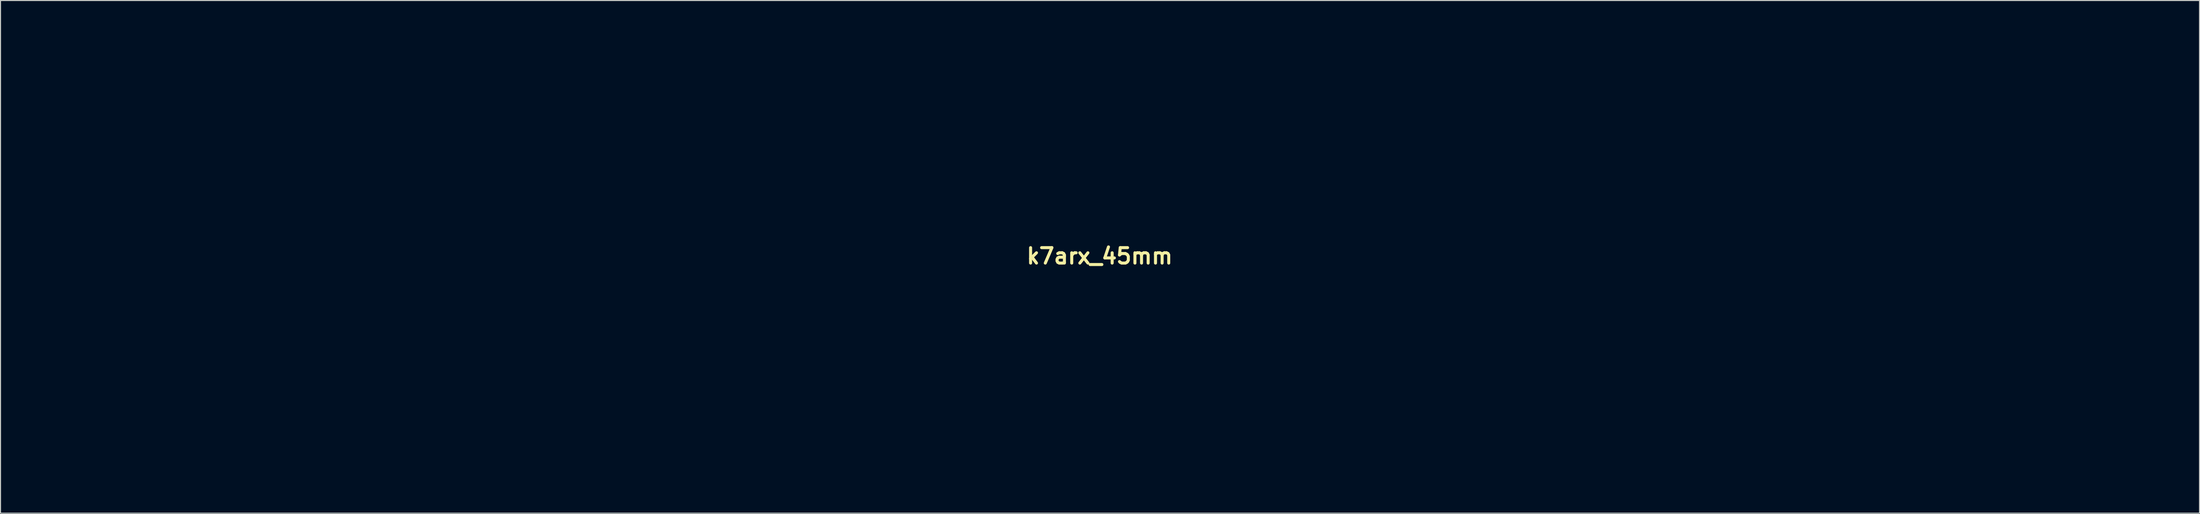
<source format=kicad_pcb>
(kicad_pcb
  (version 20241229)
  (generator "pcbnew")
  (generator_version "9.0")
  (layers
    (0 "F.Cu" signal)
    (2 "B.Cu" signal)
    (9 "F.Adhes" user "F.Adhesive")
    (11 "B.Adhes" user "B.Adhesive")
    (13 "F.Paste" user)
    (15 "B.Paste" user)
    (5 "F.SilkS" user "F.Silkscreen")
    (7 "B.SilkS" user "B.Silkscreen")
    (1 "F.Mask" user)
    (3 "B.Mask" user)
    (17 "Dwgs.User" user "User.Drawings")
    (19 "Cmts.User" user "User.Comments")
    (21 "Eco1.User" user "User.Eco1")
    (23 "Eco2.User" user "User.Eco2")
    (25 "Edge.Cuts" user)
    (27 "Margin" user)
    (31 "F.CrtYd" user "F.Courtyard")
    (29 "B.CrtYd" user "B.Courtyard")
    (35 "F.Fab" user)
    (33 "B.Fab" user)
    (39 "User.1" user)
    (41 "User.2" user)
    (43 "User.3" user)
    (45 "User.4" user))
  (footprint "k7arx_45mm"
    (layer "F.Cu")
    (at 105.565 22.277)
    (property "Reference" "k7arx_45mm" (at 0 0 0) (layer "F.SilkS") (effects (font (size 1.524 1.524) (thickness 0.3))))
    (attr through_hole)
    (fp_poly (pts (xy -57.779 -21.883) (xy -57.6 -21.872) (xy -57.352 -21.854) (xy -57.047 -21.83) (xy -56.694 -21.802) (xy -56.305 -21.77) (xy -55.89 -21.734) (xy -55.615 -21.71) (xy -54.755 -21.634) (xy -53.958 -21.568) (xy -53.213 -21.509) (xy -52.509 -21.458) (xy -51.834 -21.413) (xy -51.177 -21.376) (xy -50.526 -21.344) (xy -49.871 -21.318) (xy -49.2 -21.297) (xy -48.501 -21.281) (xy -47.764 -21.269) (xy -46.977 -21.261) (xy -46.128 -21.256) (xy -45.207 -21.253) (xy -44.675 -21.253) (xy -43.598 -21.255) (xy -42.6 -21.26) (xy -41.669 -21.269) (xy -40.795 -21.283) (xy -39.967 -21.3) (xy -39.172 -21.323) (xy -38.401 -21.351) (xy -37.642 -21.385) (xy -36.884 -21.424) (xy -36.116 -21.47) (xy -35.326 -21.523) (xy -34.595 -21.576) (xy -34.197 -21.605) (xy -33.824 -21.63) (xy -33.486 -21.651) (xy -33.194 -21.668) (xy -32.958 -21.679) (xy -32.788 -21.684) (xy -32.694 -21.683) (xy -32.681 -21.681) (xy -32.508 -21.59) (xy -32.319 -21.419) (xy -32.119 -21.177) (xy -31.916 -20.871) (xy -31.716 -20.51) (xy -31.695 -20.469) (xy -31.562 -20.183) (xy -31.427 -19.856) (xy -31.295 -19.506) (xy -31.171 -19.146) (xy -31.06 -18.795) (xy -30.968 -18.466) (xy -30.899 -18.177) (xy -30.858 -17.943) (xy -30.849 -17.821) (xy -30.862 -17.693) (xy -30.904 -17.562) (xy -30.983 -17.417) (xy -31.106 -17.246) (xy -31.28 -17.04) (xy -31.513 -16.786) (xy -31.554 -16.743) (xy -32.013 -16.255) (xy -32.424 -15.811) (xy -32.802 -15.394) (xy -33.163 -14.986) (xy -33.486 -14.614) (xy -34.774 -13.052) (xy -36.007 -11.435) (xy -37.179 -9.769) (xy -38.288 -8.062) (xy -39.33 -6.32) (xy -40.3 -4.549) (xy -41.194 -2.757) (xy -42.009 -0.951) (xy -42.741 0.864) (xy -43.203 2.139) (xy -43.702 3.662) (xy -44.137 5.16) (xy -44.512 6.651) (xy -44.831 8.153) (xy -45.098 9.683) (xy -45.316 11.26) (xy -45.471 12.7) (xy -45.491 12.962) (xy -45.508 13.293) (xy -45.523 13.681) (xy -45.535 14.113) (xy -45.544 14.579) (xy -45.551 15.066) (xy -45.555 15.562) (xy -45.556 16.055) (xy -45.555 16.533) (xy -45.55 16.985) (xy -45.542 17.397) (xy -45.531 17.759) (xy -45.518 18.058) (xy -45.501 18.282) (xy -45.495 18.329) (xy -45.438 18.736) (xy -45.366 19.17) (xy -45.281 19.609) (xy -45.191 20.029) (xy -45.098 20.408) (xy -45.009 20.72) (xy -45.006 20.728) (xy -44.91 21.067) (xy -44.846 21.374) (xy -44.823 21.572) (xy -44.815 21.754) (xy -44.822 21.876) (xy -44.85 21.968) (xy -44.903 22.059) (xy -44.907 22.065) (xy -45.019 22.193) (xy -45.154 22.302) (xy -45.171 22.313) (xy -45.198 22.328) (xy -45.228 22.341) (xy -45.268 22.353) (xy -45.321 22.363) (xy -45.393 22.372) (xy -45.491 22.38) (xy -45.619 22.386) (xy -45.782 22.392) (xy -45.987 22.396) (xy -46.238 22.4) (xy -46.541 22.403) (xy -46.902 22.405) (xy -47.325 22.407) (xy -47.816 22.408) (xy -48.382 22.41) (xy -49.026 22.411) (xy -49.754 22.412) (xy -49.787 22.412) (xy -50.416 22.413) (xy -51.021 22.413) (xy -51.596 22.412) (xy -52.135 22.411) (xy -52.632 22.409) (xy -53.08 22.407) (xy -53.472 22.404) (xy -53.803 22.4) (xy -54.066 22.396) (xy -54.255 22.392) (xy -54.364 22.388) (xy -54.386 22.385) (xy -54.603 22.293) (xy -54.806 22.136) (xy -54.972 21.938) (xy -55.074 21.725) (xy -55.076 21.717) (xy -55.101 21.564) (xy -55.116 21.324) (xy -55.121 20.996) (xy -55.116 20.583) (xy -55.1 20.085) (xy -55.078 19.568) (xy -54.944 17.682) (xy -54.725 15.772) (xy -54.42 13.839) (xy -54.03 11.884) (xy -53.554 9.908) (xy -52.995 7.913) (xy -52.351 5.9) (xy -51.624 3.87) (xy -50.813 1.824) (xy -49.92 -0.237) (xy -48.943 -2.31) (xy -47.885 -4.396) (xy -47.492 -5.134) (xy -46.89 -6.229) (xy -46.253 -7.341) (xy -45.59 -8.456) (xy -44.911 -9.56) (xy -44.223 -10.64) (xy -43.537 -11.68) (xy -42.86 -12.668) (xy -42.202 -13.589) (xy -42.022 -13.833) (xy -41.923 -13.973) (xy -41.854 -14.085) (xy -41.825 -14.151) (xy -41.826 -14.159) (xy -41.875 -14.164) (xy -42.008 -14.169) (xy -42.218 -14.172) (xy -42.5 -14.176) (xy -42.846 -14.179) (xy -43.25 -14.181) (xy -43.707 -14.183) (xy -44.21 -14.184) (xy -44.752 -14.186) (xy -45.327 -14.186) (xy -45.929 -14.186) (xy -46.552 -14.186) (xy -47.189 -14.186) (xy -47.834 -14.185) (xy -48.481 -14.184) (xy -49.123 -14.182) (xy -49.754 -14.18) (xy -50.367 -14.178) (xy -50.957 -14.175) (xy -51.517 -14.172) (xy -52.041 -14.169) (xy -52.522 -14.165) (xy -52.955 -14.162) (xy -53.331 -14.158) (xy -53.647 -14.153) (xy -53.894 -14.148) (xy -54.068 -14.144) (xy -54.133 -14.141) (xy -55.188 -14.048) (xy -56.182 -13.899) (xy -57.125 -13.692) (xy -58.026 -13.425) (xy -58.422 -13.285) (xy -58.622 -13.206) (xy -58.881 -13.096) (xy -59.177 -12.967) (xy -59.488 -12.827) (xy -59.792 -12.685) (xy -59.83 -12.667) (xy -60.214 -12.486) (xy -60.529 -12.341) (xy -60.784 -12.229) (xy -60.99 -12.146) (xy -61.157 -12.087) (xy -61.294 -12.051) (xy -61.414 -12.031) (xy -61.525 -12.025) (xy -61.536 -12.024) (xy -61.868 -12.056) (xy -62.156 -12.147) (xy -62.39 -12.29) (xy -62.562 -12.479) (xy -62.664 -12.708) (xy -62.689 -12.909) (xy -62.667 -13.159) (xy -62.605 -13.479) (xy -62.506 -13.861) (xy -62.374 -14.295) (xy -62.213 -14.773) (xy -62.025 -15.286) (xy -61.816 -15.827) (xy -61.587 -16.385) (xy -61.344 -16.952) (xy -61.09 -17.52) (xy -60.827 -18.081) (xy -60.561 -18.624) (xy -60.294 -19.143) (xy -60.031 -19.627) (xy -59.774 -20.07) (xy -59.528 -20.461) (xy -59.492 -20.515) (xy -59.219 -20.906) (xy -58.977 -21.222) (xy -58.756 -21.468) (xy -58.551 -21.651) (xy -58.353 -21.777) (xy -58.155 -21.853) (xy -57.95 -21.885) (xy -57.88 -21.887) (xy -57.779 -21.883)) (stroke (width 0.01) (type solid)) (fill yes) (layer "F.Mask"))
    (fp_poly (pts (xy -100.524 -21.549) (xy -99.982 -21.549) (xy -99.516 -21.548) (xy -99.121 -21.546) (xy -98.79 -21.544) (xy -98.516 -21.54) (xy -98.293 -21.536) (xy -98.114 -21.53) (xy -97.972 -21.522) (xy -97.861 -21.514) (xy -97.775 -21.503) (xy -97.706 -21.491) (xy -97.649 -21.476) (xy -97.629 -21.47) (xy -97.326 -21.341) (xy -97.084 -21.154) (xy -96.888 -20.898) (xy -96.826 -20.786) (xy -96.669 -20.477) (xy -96.674 -19.865) (xy -96.681 -19.59) (xy -96.697 -19.262) (xy -96.718 -18.918) (xy -96.744 -18.592) (xy -96.752 -18.51) (xy -96.8 -17.983) (xy -96.846 -17.414) (xy -96.89 -16.796) (xy -96.933 -16.123) (xy -96.975 -15.388) (xy -97.016 -14.586) (xy -97.057 -13.709) (xy -97.098 -12.752) (xy -97.12 -12.227) (xy -97.132 -11.889) (xy -97.145 -11.493) (xy -97.157 -11.048) (xy -97.17 -10.562) (xy -97.182 -10.042) (xy -97.194 -9.498) (xy -97.206 -8.936) (xy -97.217 -8.366) (xy -97.227 -7.794) (xy -97.236 -7.23) (xy -97.244 -6.681) (xy -97.252 -6.154) (xy -97.258 -5.659) (xy -97.262 -5.204) (xy -97.265 -4.795) (xy -97.267 -4.442) (xy -97.266 -4.152) (xy -97.264 -3.934) (xy -97.26 -3.795) (xy -97.258 -3.768) (xy -97.208 -3.474) (xy -97.119 -3.261) (xy -96.991 -3.13) (xy -96.826 -3.079) (xy -96.623 -3.11) (xy -96.383 -3.223) (xy -96.107 -3.417) (xy -96.106 -3.418) (xy -95.968 -3.532) (xy -95.774 -3.697) (xy -95.533 -3.905) (xy -95.256 -4.147) (xy -94.953 -4.414) (xy -94.634 -4.696) (xy -94.308 -4.985) (xy -93.987 -5.272) (xy -93.68 -5.548) (xy -93.398 -5.804) (xy -93.247 -5.942) (xy -92.541 -6.594) (xy -91.852 -7.238) (xy -91.176 -7.879) (xy -90.506 -8.522) (xy -89.84 -9.172) (xy -89.171 -9.835) (xy -88.494 -10.516) (xy -87.804 -11.219) (xy -87.097 -11.95) (xy -86.368 -12.714) (xy -85.611 -13.516) (xy -84.822 -14.361) (xy -83.996 -15.255) (xy -83.127 -16.201) (xy -82.21 -17.207) (xy -81.242 -18.275) (xy -81.152 -18.374) (xy -80.696 -18.878) (xy -80.295 -19.319) (xy -79.942 -19.702) (xy -79.634 -20.031) (xy -79.364 -20.311) (xy -79.127 -20.546) (xy -78.918 -20.741) (xy -78.731 -20.901) (xy -78.562 -21.031) (xy -78.405 -21.134) (xy -78.254 -21.215) (xy -78.105 -21.28) (xy -77.952 -21.332) (xy -77.79 -21.376) (xy -77.634 -21.412) (xy -77.57 -21.424) (xy -77.496 -21.435) (xy -77.404 -21.444) (xy -77.289 -21.452) (xy -77.146 -21.459) (xy -76.968 -21.465) (xy -76.751 -21.469) (xy -76.488 -21.472) (xy -76.173 -21.475) (xy -75.802 -21.476) (xy -75.369 -21.477) (xy -74.866 -21.476) (xy -74.29 -21.475) (xy -73.635 -21.474) (xy -73.025 -21.472) (xy -72.306 -21.47) (xy -71.672 -21.468) (xy -71.117 -21.465) (xy -70.636 -21.463) (xy -70.222 -21.46) (xy -69.872 -21.457) (xy -69.578 -21.453) (xy -69.336 -21.449) (xy -69.139 -21.444) (xy -68.984 -21.438) (xy -68.863 -21.43) (xy -68.772 -21.422) (xy -68.705 -21.413) (xy -68.657 -21.402) (xy -68.621 -21.39) (xy -68.598 -21.378) (xy -68.426 -21.236) (xy -68.316 -21.042) (xy -68.274 -20.814) (xy -68.305 -20.567) (xy -68.343 -20.456) (xy -68.393 -20.346) (xy -68.456 -20.235) (xy -68.538 -20.116) (xy -68.645 -19.982) (xy -68.783 -19.827) (xy -68.958 -19.645) (xy -69.176 -19.429) (xy -69.443 -19.173) (xy -69.766 -18.869) (xy -70.143 -18.518) (xy -71.334 -17.411) (xy -72.464 -16.359) (xy -73.537 -15.356) (xy -74.559 -14.397) (xy -75.536 -13.477) (xy -76.472 -12.591) (xy -77.374 -11.733) (xy -78.247 -10.899) (xy -79.096 -10.082) (xy -79.927 -9.278) (xy -80.746 -8.482) (xy -81.557 -7.688) (xy -82.366 -6.891) (xy -83.179 -6.085) (xy -84.001 -5.267) (xy -84.176 -5.092) (xy -84.596 -4.671) (xy -85.001 -4.264) (xy -85.386 -3.876) (xy -85.746 -3.511) (xy -86.076 -3.176) (xy -86.371 -2.874) (xy -86.626 -2.612) (xy -86.836 -2.394) (xy -86.995 -2.226) (xy -87.1 -2.112) (xy -87.139 -2.065) (xy -87.288 -1.845) (xy -87.369 -1.665) (xy -87.382 -1.502) (xy -87.325 -1.338) (xy -87.199 -1.152) (xy -87.107 -1.042) (xy -87.029 -0.95) (xy -86.901 -0.799) (xy -86.731 -0.599) (xy -86.527 -0.359) (xy -86.298 -0.09) (xy -86.052 0.2) (xy -85.824 0.469) (xy -85.099 1.323) (xy -84.39 2.156) (xy -83.699 2.965) (xy -83.032 3.745) (xy -82.39 4.493) (xy -81.779 5.202) (xy -81.202 5.87) (xy -80.663 6.491) (xy -80.166 7.062) (xy -79.714 7.577) (xy -79.311 8.033) (xy -78.962 8.424) (xy -78.903 8.489) (xy -77.635 9.879) (xy -76.403 11.191) (xy -75.203 12.431) (xy -74.029 13.603) (xy -72.879 14.709) (xy -71.747 15.756) (xy -70.63 16.746) (xy -69.523 17.683) (xy -68.612 18.423) (xy -68.47 18.535) (xy -68.277 18.689) (xy -68.051 18.868) (xy -67.813 19.058) (xy -67.641 19.195) (xy -67.273 19.498) (xy -66.943 19.793) (xy -66.658 20.071) (xy -66.429 20.322) (xy -66.264 20.537) (xy -66.225 20.599) (xy -66.091 20.894) (xy -66.019 21.205) (xy -66.015 21.502) (xy -66.021 21.546) (xy -66.091 21.824) (xy -66.207 22.038) (xy -66.382 22.209) (xy -66.562 22.321) (xy -66.59 22.334) (xy -66.624 22.346) (xy -66.67 22.356) (xy -66.732 22.365) (xy -66.817 22.373) (xy -66.928 22.38) (xy -67.071 22.387) (xy -67.251 22.392) (xy -67.474 22.396) (xy -67.743 22.4) (xy -68.065 22.403) (xy -68.445 22.406) (xy -68.887 22.409) (xy -69.396 22.411) (xy -69.979 22.413) (xy -70.639 22.415) (xy -71.381 22.417) (xy -71.719 22.418) (xy -72.631 22.42) (xy -73.454 22.42) (xy -74.19 22.42) (xy -74.838 22.419) (xy -75.401 22.416) (xy -75.88 22.413) (xy -76.276 22.408) (xy -76.589 22.403) (xy -76.822 22.396) (xy -76.974 22.388) (xy -77.033 22.382) (xy -77.259 22.33) (xy -77.507 22.248) (xy -77.666 22.18) (xy -77.876 22.059) (xy -78.095 21.889) (xy -78.331 21.664) (xy -78.591 21.378) (xy -78.881 21.022) (xy -79.082 20.759) (xy -79.68 19.972) (xy -80.292 19.178) (xy -80.923 18.373) (xy -81.575 17.553) (xy -82.253 16.713) (xy -82.96 15.85) (xy -83.699 14.959) (xy -84.474 14.037) (xy -85.287 13.078) (xy -86.144 12.08) (xy -87.047 11.037) (xy -87.999 9.946) (xy -89.005 8.803) (xy -90.067 7.603) (xy -91.022 6.53) (xy -91.449 6.052) (xy -91.821 5.637) (xy -92.143 5.279) (xy -92.42 4.974) (xy -92.656 4.718) (xy -92.856 4.505) (xy -93.025 4.33) (xy -93.167 4.188) (xy -93.287 4.075) (xy -93.389 3.985) (xy -93.479 3.914) (xy -93.56 3.856) (xy -93.56 3.856) (xy -93.664 3.793) (xy -93.757 3.753) (xy -93.85 3.743) (xy -93.954 3.765) (xy -94.078 3.826) (xy -94.234 3.928) (xy -94.432 4.078) (xy -94.682 4.279) (xy -94.846 4.413) (xy -95.318 4.806) (xy -95.723 5.153) (xy -96.066 5.46) (xy -96.353 5.736) (xy -96.588 5.987) (xy -96.777 6.219) (xy -96.925 6.44) (xy -97.039 6.657) (xy -97.123 6.877) (xy -97.183 7.106) (xy -97.224 7.352) (xy -97.239 7.476) (xy -97.249 7.648) (xy -97.254 7.902) (xy -97.254 8.234) (xy -97.25 8.634) (xy -97.24 9.098) (xy -97.227 9.618) (xy -97.209 10.187) (xy -97.187 10.799) (xy -97.162 11.446) (xy -97.134 12.123) (xy -97.103 12.822) (xy -97.069 13.537) (xy -97.033 14.26) (xy -96.994 14.985) (xy -96.954 15.706) (xy -96.912 16.415) (xy -96.868 17.106) (xy -96.849 17.406) (xy -96.804 18.086) (xy -96.765 18.682) (xy -96.732 19.201) (xy -96.707 19.649) (xy -96.687 20.032) (xy -96.674 20.358) (xy -96.668 20.631) (xy -96.668 20.859) (xy -96.675 21.048) (xy -96.689 21.205) (xy -96.709 21.334) (xy -96.737 21.444) (xy -96.771 21.54) (xy -96.812 21.628) (xy -96.86 21.716) (xy -96.885 21.757) (xy -97.065 21.98) (xy -97.313 22.173) (xy -97.61 22.322) (xy -97.681 22.348) (xy -97.753 22.357) (xy -97.906 22.366) (xy -98.131 22.374) (xy -98.419 22.381) (xy -98.761 22.388) (xy -99.149 22.394) (xy -99.574 22.4) (xy -100.026 22.405) (xy -100.496 22.408) (xy -100.977 22.411) (xy -101.458 22.413) (xy -101.93 22.414) (xy -102.386 22.414) (xy -102.816 22.413) (xy -103.211 22.411) (xy -103.561 22.407) (xy -103.859 22.403) (xy -104.096 22.397) (xy -104.261 22.39) (xy -104.337 22.383) (xy -104.688 22.288) (xy -104.993 22.121) (xy -105.244 21.888) (xy -105.431 21.595) (xy -105.478 21.485) (xy -105.51 21.395) (xy -105.534 21.309) (xy -105.549 21.211) (xy -105.558 21.088) (xy -105.56 20.923) (xy -105.557 20.703) (xy -105.55 20.412) (xy -105.547 20.311) (xy -105.535 19.963) (xy -105.518 19.559) (xy -105.497 19.133) (xy -105.474 18.719) (xy -105.453 18.374) (xy -105.407 17.644) (xy -105.361 16.834) (xy -105.315 15.953) (xy -105.27 15.011) (xy -105.226 14.018) (xy -105.184 12.984) (xy -105.143 11.918) (xy -105.105 10.83) (xy -105.068 9.73) (xy -105.035 8.628) (xy -105.005 7.534) (xy -104.978 6.456) (xy -104.955 5.406) (xy -104.937 4.392) (xy -104.929 3.941) (xy -104.905 1.22) (xy -104.909 -1.568) (xy -104.942 -4.405) (xy -105.003 -7.272) (xy -105.092 -10.151) (xy -105.208 -13.025) (xy -105.351 -15.875) (xy -105.455 -17.654) (xy -105.48 -18.079) (xy -105.503 -18.497) (xy -105.522 -18.893) (xy -105.537 -19.255) (xy -105.548 -19.571) (xy -105.554 -19.826) (xy -105.555 -20.007) (xy -105.554 -20.041) (xy -105.544 -20.278) (xy -105.529 -20.448) (xy -105.504 -20.577) (xy -105.466 -20.687) (xy -105.418 -20.787) (xy -105.221 -21.071) (xy -104.956 -21.298) (xy -104.68 -21.443) (xy -104.415 -21.549) (xy -101.15 -21.549) (xy -100.524 -21.549)) (stroke (width 0.01) (type solid)) (fill yes) (layer "F.Mask"))
    (fp_poly (pts (xy 33.84 -21.573) (xy 34.642 -21.573) (xy 35.431 -21.572) (xy 36.201 -21.57) (xy 36.948 -21.569) (xy 37.666 -21.567) (xy 38.35 -21.564) (xy 38.995 -21.561) (xy 39.596 -21.558) (xy 40.148 -21.555) (xy 40.645 -21.551) (xy 41.082 -21.546) (xy 41.455 -21.542) (xy 41.757 -21.537) (xy 41.984 -21.531) (xy 42.113 -21.527) (xy 42.921 -21.481) (xy 43.657 -21.427) (xy 44.338 -21.362) (xy 44.982 -21.284) (xy 45.607 -21.192) (xy 46.23 -21.084) (xy 46.409 -21.05) (xy 47.561 -20.793) (xy 48.642 -20.482) (xy 49.651 -20.119) (xy 50.588 -19.702) (xy 51.453 -19.232) (xy 52.245 -18.71) (xy 52.965 -18.135) (xy 53.612 -17.507) (xy 54.186 -16.826) (xy 54.687 -16.093) (xy 55.115 -15.308) (xy 55.25 -15.016) (xy 55.513 -14.346) (xy 55.739 -13.625) (xy 55.918 -12.887) (xy 55.998 -12.452) (xy 56.058 -12.066) (xy 56.104 -11.735) (xy 56.136 -11.435) (xy 56.158 -11.141) (xy 56.172 -10.829) (xy 56.178 -10.473) (xy 56.179 -10.11) (xy 56.161 -9.323) (xy 56.106 -8.599) (xy 56.011 -7.916) (xy 55.873 -7.255) (xy 55.689 -6.594) (xy 55.655 -6.485) (xy 55.321 -5.578) (xy 54.912 -4.696) (xy 54.423 -3.837) (xy 53.854 -2.995) (xy 53.2 -2.167) (xy 52.46 -1.349) (xy 52.196 -1.081) (xy 51.7 -0.598) (xy 51.187 -0.128) (xy 50.65 0.337) (xy 50.08 0.803) (xy 49.467 1.277) (xy 48.804 1.766) (xy 48.081 2.277) (xy 47.29 2.816) (xy 46.889 3.083) (xy 46.602 3.276) (xy 46.337 3.456) (xy 46.104 3.618) (xy 45.913 3.754) (xy 45.775 3.857) (xy 45.698 3.921) (xy 45.689 3.931) (xy 45.628 4.091) (xy 45.631 4.288) (xy 45.694 4.501) (xy 45.745 4.599) (xy 45.776 4.649) (xy 45.821 4.717) (xy 45.883 4.806) (xy 45.965 4.922) (xy 46.07 5.068) (xy 46.201 5.247) (xy 46.36 5.464) (xy 46.55 5.723) (xy 46.776 6.027) (xy 47.038 6.381) (xy 47.34 6.789) (xy 47.686 7.254) (xy 48.078 7.78) (xy 48.518 8.371) (xy 48.888 8.867) (xy 49.388 9.536) (xy 49.844 10.142) (xy 50.263 10.693) (xy 50.654 11.199) (xy 51.023 11.67) (xy 51.378 12.116) (xy 51.726 12.546) (xy 52.076 12.97) (xy 52.435 13.397) (xy 52.811 13.837) (xy 52.93 13.975) (xy 53.408 14.521) (xy 53.924 15.096) (xy 54.468 15.689) (xy 55.03 16.289) (xy 55.599 16.887) (xy 56.165 17.471) (xy 56.719 18.031) (xy 57.249 18.556) (xy 57.747 19.037) (xy 58.202 19.462) (xy 58.358 19.604) (xy 58.701 19.929) (xy 58.992 20.237) (xy 59.223 20.521) (xy 59.39 20.774) (xy 59.486 20.988) (xy 59.49 21.002) (xy 59.524 21.205) (xy 59.529 21.431) (xy 59.526 21.475) (xy 59.462 21.786) (xy 59.332 22.035) (xy 59.137 22.223) (xy 58.876 22.348) (xy 58.747 22.382) (xy 58.666 22.391) (xy 58.508 22.399) (xy 58.273 22.405) (xy 57.96 22.411) (xy 57.566 22.415) (xy 57.09 22.418) (xy 56.531 22.42) (xy 55.887 22.421) (xy 55.157 22.42) (xy 54.339 22.419) (xy 53.861 22.418) (xy 49.201 22.404) (xy 48.935 22.303) (xy 48.622 22.167) (xy 48.363 22.011) (xy 48.122 21.811) (xy 48.063 21.753) (xy 47.96 21.65) (xy 47.861 21.546) (xy 47.762 21.435) (xy 47.658 21.311) (xy 47.544 21.167) (xy 47.416 20.996) (xy 47.27 20.794) (xy 47.1 20.552) (xy 46.901 20.265) (xy 46.67 19.926) (xy 46.402 19.529) (xy 46.091 19.068) (xy 45.867 18.735) (xy 45.152 17.675) (xy 44.473 16.68) (xy 43.82 15.736) (xy 43.184 14.83) (xy 42.554 13.949) (xy 41.922 13.079) (xy 41.278 12.207) (xy 40.611 11.32) (xy 39.914 10.405) (xy 39.175 9.448) (xy 39.016 9.243) (xy 38.685 8.823) (xy 38.398 8.474) (xy 38.148 8.19) (xy 37.932 7.966) (xy 37.743 7.797) (xy 37.576 7.678) (xy 37.425 7.604) (xy 37.285 7.57) (xy 37.219 7.566) (xy 37.102 7.58) (xy 36.911 7.619) (xy 36.656 7.68) (xy 36.347 7.761) (xy 35.995 7.859) (xy 35.612 7.969) (xy 35.208 8.089) (xy 34.793 8.217) (xy 34.378 8.349) (xy 33.975 8.481) (xy 33.738 8.561) (xy 33.536 8.63) (xy 33.364 8.685) (xy 33.242 8.723) (xy 33.186 8.737) (xy 33.179 8.693) (xy 33.173 8.565) (xy 33.167 8.358) (xy 33.162 8.079) (xy 33.157 7.733) (xy 33.154 7.326) (xy 33.15 6.864) (xy 33.148 6.353) (xy 33.147 5.799) (xy 33.146 5.208) (xy 33.146 1.679) (xy 33.945 1.42) (xy 35.198 0.994) (xy 36.427 0.534) (xy 37.621 0.047) (xy 38.766 -0.464) (xy 39.849 -0.991) (xy 40.857 -1.529) (xy 41.005 -1.612) (xy 42.056 -2.243) (xy 43.024 -2.891) (xy 43.908 -3.556) (xy 44.709 -4.235) (xy 45.424 -4.929) (xy 46.052 -5.637) (xy 46.594 -6.358) (xy 47.048 -7.091) (xy 47.354 -7.701) (xy 47.615 -8.365) (xy 47.799 -9.025) (xy 47.907 -9.675) (xy 47.94 -10.31) (xy 47.899 -10.923) (xy 47.784 -11.508) (xy 47.595 -12.059) (xy 47.333 -12.569) (xy 46.999 -13.034) (xy 46.872 -13.177) (xy 46.443 -13.572) (xy 45.942 -13.921) (xy 45.376 -14.22) (xy 44.754 -14.465) (xy 44.082 -14.652) (xy 43.957 -14.679) (xy 43.794 -14.712) (xy 43.639 -14.742) (xy 43.486 -14.768) (xy 43.33 -14.792) (xy 43.164 -14.812) (xy 42.984 -14.83) (xy 42.784 -14.846) (xy 42.558 -14.859) (xy 42.301 -14.87) (xy 42.007 -14.88) (xy 41.671 -14.887) (xy 41.288 -14.893) (xy 40.852 -14.898) (xy 40.357 -14.901) (xy 39.798 -14.903) (xy 39.169 -14.905) (xy 38.466 -14.906) (xy 37.681 -14.906) (xy 37.061 -14.906) (xy 36.241 -14.906) (xy 35.505 -14.907) (xy 34.85 -14.906) (xy 34.27 -14.906) (xy 33.761 -14.904) (xy 33.317 -14.901) (xy 32.933 -14.897) (xy 32.606 -14.892) (xy 32.329 -14.884) (xy 32.098 -14.875) (xy 31.907 -14.863) (xy 31.753 -14.848) (xy 31.63 -14.831) (xy 31.533 -14.81) (xy 31.457 -14.786) (xy 31.397 -14.759) (xy 31.349 -14.727) (xy 31.307 -14.691) (xy 31.267 -14.651) (xy 31.224 -14.606) (xy 31.215 -14.597) (xy 31.187 -14.571) (xy 31.16 -14.55) (xy 31.135 -14.532) (xy 31.112 -14.513) (xy 31.09 -14.49) (xy 31.07 -14.46) (xy 31.052 -14.421) (xy 31.035 -14.369) (xy 31.02 -14.301) (xy 31.006 -14.214) (xy 30.993 -14.105) (xy 30.982 -13.972) (xy 30.971 -13.81) (xy 30.962 -13.618) (xy 30.954 -13.392) (xy 30.947 -13.129) (xy 30.941 -12.827) (xy 30.936 -12.481) (xy 30.931 -12.089) (xy 30.927 -11.649) (xy 30.924 -11.157) (xy 30.922 -10.609) (xy 30.92 -10.004) (xy 30.919 -9.338) (xy 30.918 -8.607) (xy 30.917 -7.81) (xy 30.917 -6.943) (xy 30.916 -6.003) (xy 30.916 -4.987) (xy 30.917 -3.891) (xy 30.917 -2.714) (xy 30.917 -1.452) (xy 30.917 -0.563) (xy 30.917 0.789) (xy 30.917 2.054) (xy 30.917 3.237) (xy 30.917 4.341) (xy 30.918 5.371) (xy 30.919 6.33) (xy 30.92 7.222) (xy 30.921 8.052) (xy 30.923 8.822) (xy 30.925 9.537) (xy 30.928 10.2) (xy 30.932 10.816) (xy 30.936 11.388) (xy 30.941 11.921) (xy 30.947 12.417) (xy 30.954 12.882) (xy 30.962 13.318) (xy 30.97 13.73) (xy 30.98 14.122) (xy 30.991 14.497) (xy 31.003 14.859) (xy 31.016 15.212) (xy 31.03 15.561) (xy 31.046 15.908) (xy 31.063 16.258) (xy 31.082 16.615) (xy 31.102 16.982) (xy 31.123 17.364) (xy 31.147 17.763) (xy 31.172 18.185) (xy 31.198 18.633) (xy 31.214 18.892) (xy 31.244 19.42) (xy 31.267 19.866) (xy 31.283 20.24) (xy 31.29 20.551) (xy 31.289 20.808) (xy 31.28 21.018) (xy 31.262 21.192) (xy 31.236 21.338) (xy 31.2 21.465) (xy 31.155 21.582) (xy 31.144 21.609) (xy 30.983 21.882) (xy 30.77 22.095) (xy 30.491 22.262) (xy 30.409 22.298) (xy 30.151 22.405) (xy 26.706 22.412) (xy 26.151 22.412) (xy 25.618 22.412) (xy 25.114 22.411) (xy 24.647 22.409) (xy 24.224 22.407) (xy 23.853 22.403) (xy 23.542 22.399) (xy 23.298 22.395) (xy 23.127 22.39) (xy 23.039 22.385) (xy 23.036 22.384) (xy 22.685 22.293) (xy 22.381 22.137) (xy 22.135 21.924) (xy 21.954 21.661) (xy 21.871 21.448) (xy 21.845 21.339) (xy 21.825 21.217) (xy 21.811 21.074) (xy 21.803 20.9) (xy 21.802 20.688) (xy 21.807 20.427) (xy 21.818 20.11) (xy 21.836 19.728) (xy 21.861 19.272) (xy 21.886 18.833) (xy 21.971 17.361) (xy 22.047 15.968) (xy 22.116 14.642) (xy 22.176 13.371) (xy 22.229 12.143) (xy 22.275 10.948) (xy 22.314 9.773) (xy 22.346 8.607) (xy 22.372 7.439) (xy 22.392 6.257) (xy 22.407 5.049) (xy 22.416 3.804) (xy 22.42 2.511) (xy 22.42 1.158) (xy 22.415 -0.267) (xy 22.413 -0.653) (xy 22.407 -1.712) (xy 22.4 -2.69) (xy 22.392 -3.6) (xy 22.382 -4.45) (xy 22.371 -5.251) (xy 22.357 -6.013) (xy 22.341 -6.747) (xy 22.323 -7.463) (xy 22.302 -8.171) (xy 22.278 -8.881) (xy 22.25 -9.605) (xy 22.219 -10.351) (xy 22.184 -11.13) (xy 22.144 -11.953) (xy 22.1 -12.83) (xy 22.067 -13.466) (xy 22.024 -14.296) (xy 21.986 -15.042) (xy 21.952 -15.709) (xy 21.922 -16.303) (xy 21.896 -16.83) (xy 21.874 -17.294) (xy 21.855 -17.702) (xy 21.84 -18.059) (xy 21.827 -18.37) (xy 21.818 -18.642) (xy 21.811 -18.88) (xy 21.806 -19.089) (xy 21.804 -19.275) (xy 21.803 -19.444) (xy 21.804 -19.601) (xy 21.806 -19.752) (xy 21.807 -19.763) (xy 21.814 -20.06) (xy 21.823 -20.284) (xy 21.836 -20.449) (xy 21.855 -20.572) (xy 21.88 -20.668) (xy 21.914 -20.754) (xy 21.917 -20.761) (xy 22.096 -21.044) (xy 22.342 -21.268) (xy 22.656 -21.432) (xy 22.959 -21.521) (xy 23.031 -21.527) (xy 23.188 -21.532) (xy 23.424 -21.538) (xy 23.736 -21.542) (xy 24.116 -21.547) (xy 24.561 -21.551) (xy 25.065 -21.555) (xy 25.623 -21.558) (xy 26.229 -21.561) (xy 26.879 -21.564) (xy 27.568 -21.566) (xy 28.29 -21.568) (xy 29.04 -21.57) (xy 29.813 -21.572) (xy 30.603 -21.573) (xy 31.407 -21.573) (xy 32.217 -21.574) (xy 33.03 -21.574) (xy 33.84 -21.573)) (stroke (width 0.01) (type solid)) (fill yes) (layer "F.Mask"))
    (fp_poly (pts (xy 72.872 -21.549) (xy 73.395 -21.548) (xy 73.848 -21.546) (xy 74.239 -21.542) (xy 74.573 -21.536) (xy 74.854 -21.528) (xy 75.088 -21.516) (xy 75.281 -21.502) (xy 75.438 -21.483) (xy 75.565 -21.461) (xy 75.666 -21.434) (xy 75.748 -21.402) (xy 75.816 -21.364) (xy 75.875 -21.321) (xy 75.93 -21.272) (xy 75.988 -21.216) (xy 76.052 -21.153) (xy 76.053 -21.152) (xy 76.13 -21.078) (xy 76.203 -21.001) (xy 76.276 -20.915) (xy 76.356 -20.811) (xy 76.446 -20.682) (xy 76.554 -20.519) (xy 76.683 -20.316) (xy 76.839 -20.064) (xy 77.027 -19.756) (xy 77.252 -19.383) (xy 77.434 -19.081) (xy 77.675 -18.68) (xy 77.88 -18.341) (xy 78.056 -18.05) (xy 78.213 -17.792) (xy 78.36 -17.552) (xy 78.506 -17.315) (xy 78.66 -17.066) (xy 78.832 -16.791) (xy 79.018 -16.494) (xy 79.163 -16.262) (xy 79.303 -16.039) (xy 79.424 -15.844) (xy 79.516 -15.696) (xy 79.552 -15.638) (xy 79.633 -15.511) (xy 79.759 -15.316) (xy 79.925 -15.062) (xy 80.126 -14.758) (xy 80.356 -14.41) (xy 80.61 -14.027) (xy 80.883 -13.617) (xy 81.17 -13.187) (xy 81.465 -12.745) (xy 81.762 -12.3) (xy 82.058 -11.859) (xy 82.346 -11.431) (xy 82.622 -11.022) (xy 82.879 -10.641) (xy 83.113 -10.295) (xy 83.319 -9.993) (xy 83.424 -9.84) (xy 83.654 -9.507) (xy 83.875 -9.192) (xy 84.081 -8.903) (xy 84.265 -8.65) (xy 84.42 -8.442) (xy 84.539 -8.288) (xy 84.616 -8.198) (xy 84.627 -8.186) (xy 84.792 -8.058) (xy 84.949 -7.986) (xy 85.104 -7.976) (xy 85.264 -8.03) (xy 85.435 -8.152) (xy 85.625 -8.346) (xy 85.838 -8.615) (xy 86.083 -8.962) (xy 86.085 -8.966) (xy 86.216 -9.158) (xy 86.382 -9.403) (xy 86.569 -9.676) (xy 86.761 -9.955) (xy 86.913 -10.177) (xy 87.705 -11.333) (xy 88.45 -12.433) (xy 89.156 -13.493) (xy 89.833 -14.527) (xy 90.491 -15.549) (xy 91.138 -16.574) (xy 91.786 -17.616) (xy 92.441 -18.69) (xy 92.719 -19.15) (xy 92.923 -19.487) (xy 93.119 -19.809) (xy 93.301 -20.105) (xy 93.463 -20.365) (xy 93.598 -20.579) (xy 93.7 -20.736) (xy 93.759 -20.822) (xy 94.01 -21.116) (xy 94.272 -21.326) (xy 94.554 -21.461) (xy 94.565 -21.465) (xy 94.61 -21.479) (xy 94.661 -21.491) (xy 94.723 -21.502) (xy 94.801 -21.511) (xy 94.901 -21.519) (xy 95.028 -21.526) (xy 95.188 -21.532) (xy 95.387 -21.537) (xy 95.629 -21.54) (xy 95.921 -21.543) (xy 96.268 -21.546) (xy 96.676 -21.547) (xy 97.149 -21.548) (xy 97.694 -21.549) (xy 98.316 -21.549) (xy 99.021 -21.549) (xy 99.281 -21.549) (xy 103.739 -21.549) (xy 103.937 -21.437) (xy 104.133 -21.289) (xy 104.249 -21.107) (xy 104.291 -20.879) (xy 104.287 -20.755) (xy 104.276 -20.643) (xy 104.258 -20.536) (xy 104.23 -20.427) (xy 104.187 -20.311) (xy 104.128 -20.182) (xy 104.046 -20.035) (xy 103.94 -19.863) (xy 103.805 -19.662) (xy 103.637 -19.424) (xy 103.433 -19.146) (xy 103.188 -18.82) (xy 102.9 -18.442) (xy 102.565 -18.005) (xy 102.178 -17.503) (xy 102.112 -17.417) (xy 101.787 -16.996) (xy 101.47 -16.585) (xy 101.166 -16.192) (xy 100.882 -15.824) (xy 100.623 -15.488) (xy 100.395 -15.192) (xy 100.203 -14.943) (xy 100.053 -14.747) (xy 99.95 -14.614) (xy 99.928 -14.584) (xy 99.772 -14.38) (xy 99.584 -14.134) (xy 99.386 -13.874) (xy 99.198 -13.629) (xy 99.171 -13.593) (xy 98.848 -13.169) (xy 98.479 -12.683) (xy 98.071 -12.144) (xy 97.632 -11.561) (xy 97.17 -10.945) (xy 96.69 -10.304) (xy 96.201 -9.65) (xy 95.71 -8.992) (xy 95.225 -8.339) (xy 94.752 -7.701) (xy 94.298 -7.089) (xy 93.872 -6.511) (xy 93.48 -5.978) (xy 93.13 -5.5) (xy 93.11 -5.472) (xy 92.911 -5.2) (xy 92.71 -4.924) (xy 92.52 -4.664) (xy 92.352 -4.435) (xy 92.221 -4.256) (xy 92.188 -4.211) (xy 92.049 -4.022) (xy 91.878 -3.787) (xy 91.693 -3.532) (xy 91.513 -3.283) (xy 91.468 -3.22) (xy 91.309 -2.999) (xy 91.154 -2.785) (xy 91.018 -2.597) (xy 90.913 -2.454) (xy 90.881 -2.409) (xy 90.525 -1.923) (xy 90.226 -1.506) (xy 89.983 -1.159) (xy 89.796 -0.882) (xy 89.665 -0.673) (xy 89.591 -0.534) (xy 89.574 -0.489) (xy 89.551 -0.353) (xy 89.559 -0.212) (xy 89.603 -0.055) (xy 89.689 0.129) (xy 89.82 0.351) (xy 90.002 0.623) (xy 90.15 0.833) (xy 90.32 1.069) (xy 90.527 1.357) (xy 90.757 1.677) (xy 90.994 2.008) (xy 91.224 2.329) (xy 91.331 2.477) (xy 92.102 3.548) (xy 92.899 4.644) (xy 93.714 5.756) (xy 94.539 6.876) (xy 95.369 7.994) (xy 96.196 9.101) (xy 97.013 10.187) (xy 97.813 11.243) (xy 98.59 12.26) (xy 99.336 13.23) (xy 100.045 14.142) (xy 100.629 14.884) (xy 101.197 15.601) (xy 101.772 16.323) (xy 102.345 17.038) (xy 102.908 17.736) (xy 103.451 18.407) (xy 103.967 19.039) (xy 104.446 19.622) (xy 104.879 20.144) (xy 104.905 20.176) (xy 105.154 20.5) (xy 105.358 20.82) (xy 105.446 20.987) (xy 105.537 21.185) (xy 105.593 21.336) (xy 105.621 21.472) (xy 105.63 21.624) (xy 105.631 21.676) (xy 105.628 21.841) (xy 105.612 21.948) (xy 105.571 22.028) (xy 105.493 22.112) (xy 105.446 22.156) (xy 105.266 22.291) (xy 105.063 22.369) (xy 105.015 22.38) (xy 104.938 22.389) (xy 104.802 22.397) (xy 104.603 22.404) (xy 104.34 22.41) (xy 104.007 22.414) (xy 103.603 22.418) (xy 103.124 22.42) (xy 102.568 22.421) (xy 101.93 22.421) (xy 101.209 22.42) (xy 100.448 22.418) (xy 96.128 22.405) (xy 95.86 22.297) (xy 95.584 22.147) (xy 95.317 21.928) (xy 95.082 21.662) (xy 95.004 21.549) (xy 94.94 21.447) (xy 94.838 21.282) (xy 94.707 21.067) (xy 94.554 20.816) (xy 94.388 20.543) (xy 94.273 20.353) (xy 94.105 20.076) (xy 93.947 19.815) (xy 93.806 19.584) (xy 93.69 19.394) (xy 93.607 19.26) (xy 93.573 19.205) (xy 93.505 19.097) (xy 93.404 18.935) (xy 93.282 18.739) (xy 93.155 18.533) (xy 93.154 18.532) (xy 92.844 18.037) (xy 92.491 17.481) (xy 92.1 16.876) (xy 91.682 16.234) (xy 91.242 15.566) (xy 90.79 14.886) (xy 90.334 14.206) (xy 89.881 13.536) (xy 89.44 12.89) (xy 89.018 12.279) (xy 88.856 12.047) (xy 88.728 11.863) (xy 88.561 11.624) (xy 88.368 11.348) (xy 88.161 11.053) (xy 87.955 10.757) (xy 87.865 10.628) (xy 87.655 10.329) (xy 87.433 10.013) (xy 87.212 9.7) (xy 87.009 9.412) (xy 86.837 9.17) (xy 86.784 9.097) (xy 86.591 8.826) (xy 86.371 8.517) (xy 86.149 8.205) (xy 85.95 7.925) (xy 85.919 7.881) (xy 85.768 7.671) (xy 85.629 7.481) (xy 85.511 7.327) (xy 85.428 7.224) (xy 85.397 7.191) (xy 85.248 7.11) (xy 85.062 7.081) (xy 84.876 7.107) (xy 84.81 7.134) (xy 84.719 7.204) (xy 84.6 7.327) (xy 84.474 7.481) (xy 84.431 7.54) (xy 84.356 7.645) (xy 84.235 7.816) (xy 84.075 8.043) (xy 83.881 8.316) (xy 83.66 8.628) (xy 83.419 8.97) (xy 83.163 9.333) (xy 82.899 9.707) (xy 82.633 10.084) (xy 82.371 10.456) (xy 82.119 10.813) (xy 81.883 11.147) (xy 81.671 11.449) (xy 81.602 11.546) (xy 80.276 13.46) (xy 78.98 15.39) (xy 77.727 17.318) (xy 76.528 19.225) (xy 75.865 20.311) (xy 75.7 20.583) (xy 75.539 20.848) (xy 75.392 21.088) (xy 75.268 21.288) (xy 75.178 21.433) (xy 75.156 21.467) (xy 74.922 21.779) (xy 74.657 22.039) (xy 74.377 22.231) (xy 74.24 22.297) (xy 73.971 22.405) (xy 69.602 22.412) (xy 68.98 22.413) (xy 68.381 22.413) (xy 67.813 22.412) (xy 67.281 22.411) (xy 66.792 22.409) (xy 66.352 22.407) (xy 65.968 22.404) (xy 65.645 22.401) (xy 65.391 22.397) (xy 65.212 22.393) (xy 65.114 22.388) (xy 65.099 22.386) (xy 64.828 22.284) (xy 64.632 22.133) (xy 64.512 21.934) (xy 64.47 21.69) (xy 64.507 21.403) (xy 64.51 21.391) (xy 64.562 21.215) (xy 64.63 21.044) (xy 64.72 20.868) (xy 64.84 20.674) (xy 64.996 20.452) (xy 65.197 20.191) (xy 65.448 19.88) (xy 65.575 19.726) (xy 66.68 18.381) (xy 67.822 16.969) (xy 68.993 15.499) (xy 70.185 13.982) (xy 71.389 12.429) (xy 72.598 10.848) (xy 73.804 9.251) (xy 74.171 8.759) (xy 74.503 8.315) (xy 74.79 7.93) (xy 75.044 7.59) (xy 75.272 7.282) (xy 75.486 6.993) (xy 75.695 6.71) (xy 75.909 6.42) (xy 76.138 6.108) (xy 76.392 5.763) (xy 76.679 5.37) (xy 76.872 5.106) (xy 77.048 4.866) (xy 77.235 4.611) (xy 77.414 4.368) (xy 77.563 4.165) (xy 77.596 4.121) (xy 77.743 3.92) (xy 77.919 3.677) (xy 78.102 3.423) (xy 78.264 3.198) (xy 78.438 2.953) (xy 78.64 2.671) (xy 78.844 2.385) (xy 79.026 2.133) (xy 79.341 1.695) (xy 79.607 1.325) (xy 79.829 1.014) (xy 80.011 0.757) (xy 80.157 0.547) (xy 80.272 0.378) (xy 80.359 0.243) (xy 80.423 0.136) (xy 80.468 0.05) (xy 80.499 -0.021) (xy 80.519 -0.083) (xy 80.533 -0.144) (xy 80.54 -0.181) (xy 80.549 -0.329) (xy 80.519 -0.488) (xy 80.444 -0.669) (xy 80.32 -0.887) (xy 80.14 -1.152) (xy 80.073 -1.245) (xy 79.892 -1.494) (xy 79.688 -1.774) (xy 79.487 -2.05) (xy 79.328 -2.27) (xy 79.226 -2.411) (xy 79.078 -2.615) (xy 78.891 -2.872) (xy 78.673 -3.172) (xy 78.43 -3.506) (xy 78.17 -3.864) (xy 77.899 -4.235) (xy 77.626 -4.611) (xy 77.356 -4.981) (xy 77.098 -5.335) (xy 76.859 -5.664) (xy 76.644 -5.958) (xy 76.463 -6.207) (xy 76.321 -6.401) (xy 76.302 -6.427) (xy 76.102 -6.7) (xy 75.858 -7.032) (xy 75.575 -7.414) (xy 75.259 -7.839) (xy 74.917 -8.299) (xy 74.555 -8.785) (xy 74.178 -9.289) (xy 73.793 -9.804) (xy 73.406 -10.322) (xy 73.023 -10.833) (xy 72.65 -11.33) (xy 72.293 -11.805) (xy 71.958 -12.25) (xy 71.651 -12.657) (xy 71.379 -13.017) (xy 71.146 -13.323) (xy 70.96 -13.566) (xy 70.928 -13.607) (xy 70.796 -13.78) (xy 70.623 -14.004) (xy 70.425 -14.263) (xy 70.217 -14.536) (xy 70.012 -14.804) (xy 69.985 -14.839) (xy 69.757 -15.138) (xy 69.499 -15.474) (xy 69.233 -15.82) (xy 68.982 -16.147) (xy 68.792 -16.394) (xy 68.597 -16.646) (xy 68.363 -16.949) (xy 68.105 -17.283) (xy 67.839 -17.627) (xy 67.582 -17.961) (xy 67.418 -18.173) (xy 67.202 -18.452) (xy 66.993 -18.723) (xy 66.799 -18.972) (xy 66.631 -19.188) (xy 66.499 -19.358) (xy 66.412 -19.469) (xy 66.41 -19.471) (xy 66.284 -19.647) (xy 66.149 -19.865) (xy 66.028 -20.084) (xy 66.005 -20.131) (xy 65.913 -20.33) (xy 65.857 -20.481) (xy 65.829 -20.616) (xy 65.82 -20.765) (xy 65.82 -20.806) (xy 65.838 -21.039) (xy 65.899 -21.209) (xy 66.017 -21.339) (xy 66.195 -21.446) (xy 66.405 -21.549) (xy 70.841 -21.549) (xy 71.601 -21.55) (xy 72.276 -21.55) (xy 72.872 -21.549)) (stroke (width 0.01) (type solid)) (fill yes) (layer "F.Mask"))
    (fp_poly (pts (xy -5.581 -22.268) (xy -5.234 -22.258) (xy -4.924 -22.241) (xy -4.669 -22.217) (xy -4.504 -22.19) (xy -4.043 -22.046) (xy -3.631 -21.836) (xy -3.276 -21.566) (xy -2.986 -21.24) (xy -2.881 -21.079) (xy -2.817 -20.962) (xy -2.724 -20.776) (xy -2.607 -20.533) (xy -2.472 -20.246) (xy -2.326 -19.928) (xy -2.174 -19.593) (xy -2.111 -19.452) (xy -1.944 -19.076) (xy -1.767 -18.681) (xy -1.59 -18.284) (xy -1.422 -17.908) (xy -1.272 -17.572) (xy -1.148 -17.295) (xy -1.138 -17.271) (xy -1.009 -16.984) (xy -0.881 -16.696) (xy -0.761 -16.429) (xy -0.66 -16.202) (xy -0.587 -16.037) (xy -0.585 -16.033) (xy -0.489 -15.816) (xy -0.375 -15.56) (xy -0.261 -15.306) (xy -0.213 -15.199) (xy -0.13 -15.015) (xy -0.02 -14.77) (xy 0.107 -14.486) (xy 0.242 -14.184) (xy 0.376 -13.887) (xy 0.383 -13.871) (xy 0.515 -13.575) (xy 0.65 -13.276) (xy 0.776 -12.993) (xy 0.886 -12.748) (xy 0.969 -12.563) (xy 0.974 -12.554) (xy 1.086 -12.304) (xy 1.212 -12.022) (xy 1.332 -11.756) (xy 1.368 -11.675) (xy 1.449 -11.495) (xy 1.558 -11.253) (xy 1.684 -10.972) (xy 1.818 -10.673) (xy 1.951 -10.376) (xy 1.959 -10.358) (xy 2.146 -9.94) (xy 2.312 -9.571) (xy 2.469 -9.222) (xy 2.628 -8.866) (xy 2.804 -8.476) (xy 2.95 -8.151) (xy 3.063 -7.899) (xy 3.192 -7.614) (xy 3.314 -7.343) (xy 3.355 -7.251) (xy 3.469 -6.999) (xy 3.597 -6.713) (xy 3.719 -6.442) (xy 3.76 -6.35) (xy 3.874 -6.098) (xy 4.002 -5.812) (xy 4.124 -5.541) (xy 4.166 -5.449) (xy 4.279 -5.197) (xy 4.408 -4.912) (xy 4.53 -4.641) (xy 4.571 -4.549) (xy 4.684 -4.297) (xy 4.813 -4.011) (xy 4.935 -3.74) (xy 4.976 -3.648) (xy 5.09 -3.396) (xy 5.218 -3.11) (xy 5.34 -2.839) (xy 5.382 -2.747) (xy 5.494 -2.497) (xy 5.621 -2.216) (xy 5.74 -1.95) (xy 5.781 -1.858) (xy 5.856 -1.691) (xy 5.961 -1.46) (xy 6.087 -1.182) (xy 6.226 -0.875) (xy 6.371 -0.557) (xy 6.461 -0.36) (xy 6.603 -0.048) (xy 6.743 0.259) (xy 6.873 0.546) (xy 6.986 0.795) (xy 7.074 0.99) (xy 7.116 1.081) (xy 7.183 1.231) (xy 7.281 1.446) (xy 7.4 1.709) (xy 7.535 2.005) (xy 7.676 2.316) (xy 7.77 2.522) (xy 7.925 2.863) (xy 8.09 3.227) (xy 8.255 3.591) (xy 8.409 3.93) (xy 8.541 4.22) (xy 8.587 4.323) (xy 8.713 4.601) (xy 8.843 4.888) (xy 8.965 5.157) (xy 9.069 5.385) (xy 9.119 5.494) (xy 9.202 5.677) (xy 9.313 5.919) (xy 9.44 6.197) (xy 9.573 6.489) (xy 9.684 6.733) (xy 9.903 7.213) (xy 10.094 7.634) (xy 10.27 8.018) (xy 10.439 8.387) (xy 10.612 8.765) (xy 10.799 9.173) (xy 10.899 9.39) (xy 11.051 9.721) (xy 11.222 10.094) (xy 11.397 10.476) (xy 11.561 10.833) (xy 11.664 11.056) (xy 11.88 11.528) (xy 12.066 11.932) (xy 12.228 12.281) (xy 12.373 12.59) (xy 12.506 12.873) (xy 12.636 13.143) (xy 12.768 13.413) (xy 12.909 13.699) (xy 13.065 14.013) (xy 13.153 14.191) (xy 13.414 14.707) (xy 13.706 15.275) (xy 14.031 15.897) (xy 14.392 16.578) (xy 14.79 17.324) (xy 15.229 18.137) (xy 15.71 19.023) (xy 15.848 19.275) (xy 16.096 19.734) (xy 16.302 20.124) (xy 16.469 20.454) (xy 16.601 20.732) (xy 16.702 20.967) (xy 16.774 21.168) (xy 16.823 21.343) (xy 16.851 21.5) (xy 16.862 21.649) (xy 16.862 21.67) (xy 16.846 21.906) (xy 16.782 22.082) (xy 16.659 22.222) (xy 16.523 22.315) (xy 16.496 22.33) (xy 16.464 22.344) (xy 16.423 22.355) (xy 16.366 22.365) (xy 16.288 22.374) (xy 16.185 22.381) (xy 16.049 22.387) (xy 15.875 22.392) (xy 15.659 22.396) (xy 15.393 22.399) (xy 15.074 22.402) (xy 14.694 22.403) (xy 14.249 22.404) (xy 13.734 22.405) (xy 13.141 22.405) (xy 12.466 22.405) (xy 12.16 22.405) (xy 7.949 22.405) (xy 7.764 22.306) (xy 7.57 22.178) (xy 7.406 22.01) (xy 7.263 21.792) (xy 7.137 21.513) (xy 7.021 21.161) (xy 6.961 20.941) (xy 6.66 19.88) (xy 6.299 18.779) (xy 5.883 17.657) (xy 5.42 16.533) (xy 5.03 15.665) (xy 4.843 15.309) (xy 4.644 15.033) (xy 4.424 14.827) (xy 4.173 14.679) (xy 3.941 14.597) (xy 3.852 14.582) (xy 3.686 14.565) (xy 3.454 14.546) (xy 3.17 14.527) (xy 2.847 14.507) (xy 2.495 14.488) (xy 2.319 14.479) (xy 0.379 14.398) (xy -1.519 14.339) (xy -3.392 14.301) (xy -5.26 14.284) (xy -7.143 14.289) (xy -9.059 14.315) (xy -11.027 14.362) (xy -12.734 14.418) (xy -13.086 14.43) (xy -13.409 14.44) (xy -13.692 14.448) (xy -13.923 14.453) (xy -14.092 14.454) (xy -14.189 14.453) (xy -14.207 14.45) (xy -14.2 14.408) (xy -14.162 14.296) (xy -14.092 14.112) (xy -13.99 13.854) (xy -13.855 13.519) (xy -13.685 13.107) (xy -13.481 12.614) (xy -13.423 12.475) (xy -13.337 12.268) (xy -13.226 12.001) (xy -13.1 11.696) (xy -12.968 11.379) (xy -12.841 11.07) (xy -12.835 11.056) (xy -12.636 10.575) (xy -12.468 10.167) (xy -12.326 9.824) (xy -12.206 9.534) (xy -12.104 9.289) (xy -12.016 9.078) (xy -11.938 8.892) (xy -11.866 8.722) (xy -11.825 8.624) (xy -11.634 8.174) (xy -11.39 8.187) (xy -11.262 8.194) (xy -11.065 8.206) (xy -10.821 8.22) (xy -10.552 8.236) (xy -10.381 8.246) (xy -10.071 8.261) (xy -9.683 8.275) (xy -9.23 8.287) (xy -8.722 8.297) (xy -8.173 8.306) (xy -7.594 8.313) (xy -6.998 8.318) (xy -6.396 8.321) (xy -5.801 8.322) (xy -5.224 8.321) (xy -4.678 8.318) (xy -4.175 8.313) (xy -3.727 8.305) (xy -3.346 8.295) (xy -3.229 8.291) (xy -2.62 8.267) (xy -2.034 8.242) (xy -1.478 8.216) (xy -0.959 8.19) (xy -0.484 8.165) (xy -0.061 8.14) (xy 0.303 8.117) (xy 0.6 8.095) (xy 0.824 8.075) (xy 0.967 8.058) (xy 0.988 8.054) (xy 1.214 7.977) (xy 1.389 7.852) (xy 1.496 7.69) (xy 1.51 7.643) (xy 1.514 7.524) (xy 1.482 7.335) (xy 1.415 7.074) (xy 1.31 6.739) (xy 1.168 6.328) (xy 0.989 5.839) (xy 0.875 5.539) (xy 0.72 5.138) (xy 0.567 4.744) (xy 0.421 4.369) (xy 0.287 4.027) (xy 0.17 3.73) (xy 0.074 3.49) (xy 0.005 3.321) (xy 0.000381 3.31) (xy -0.053 3.182) (xy -0.133 2.985) (xy -0.235 2.736) (xy -0.353 2.448) (xy -0.479 2.137) (xy -0.588 1.869) (xy -0.717 1.553) (xy -0.841 1.248) (xy -0.955 0.969) (xy -1.053 0.732) (xy -1.128 0.55) (xy -1.17 0.45) (xy -1.238 0.292) (xy -1.328 0.079) (xy -1.429 -0.161) (xy -1.526 -0.394) (xy -1.744 -0.915) (xy -1.933 -1.368) (xy -2.1 -1.767) (xy -2.251 -2.127) (xy -2.393 -2.464) (xy -2.532 -2.791) (xy -2.673 -3.125) (xy -2.824 -3.479) (xy -2.905 -3.67) (xy -2.992 -3.874) (xy -3.109 -4.148) (xy -3.25 -4.479) (xy -3.41 -4.855) (xy -3.584 -5.263) (xy -3.766 -5.691) (xy -3.95 -6.125) (xy -4.075 -6.418) (xy -4.256 -6.842) (xy -4.436 -7.263) (xy -4.609 -7.669) (xy -4.772 -8.048) (xy -4.918 -8.389) (xy -5.043 -8.679) (xy -5.142 -8.906) (xy -5.195 -9.028) (xy -5.363 -9.387) (xy -5.518 -9.661) (xy -5.662 -9.852) (xy -5.801 -9.963) (xy -5.939 -9.998) (xy -6.08 -9.957) (xy -6.228 -9.846) (xy -6.317 -9.752) (xy -6.388 -9.646) (xy -6.489 -9.461) (xy -6.618 -9.2) (xy -6.772 -8.869) (xy -6.951 -8.47) (xy -7.151 -8.01) (xy -7.273 -7.724) (xy -7.403 -7.416) (xy -7.531 -7.116) (xy -7.649 -6.839) (xy -7.75 -6.603) (xy -7.827 -6.423) (xy -7.859 -6.35) (xy -7.926 -6.194) (xy -8.024 -5.965) (xy -8.149 -5.674) (xy -8.294 -5.332) (xy -8.457 -4.949) (xy -8.633 -4.534) (xy -8.817 -4.1) (xy -9.006 -3.656) (xy -9.193 -3.212) (xy -9.376 -2.78) (xy -9.549 -2.369) (xy -9.708 -1.991) (xy -9.849 -1.655) (xy -9.863 -1.621) (xy -9.971 -1.364) (xy -10.086 -1.089) (xy -10.194 -0.832) (xy -10.274 -0.642) (xy -10.376 -0.397) (xy -10.492 -0.121) (xy -10.601 0.137) (xy -10.624 0.191) (xy -10.726 0.437) (xy -10.854 0.745) (xy -11 1.101) (xy -11.161 1.491) (xy -11.329 1.903) (xy -11.5 2.323) (xy -11.669 2.738) (xy -11.829 3.134) (xy -11.976 3.498) (xy -12.104 3.816) (xy -12.207 4.075) (xy -12.27 4.233) (xy -12.365 4.478) (xy -12.456 4.709) (xy -12.534 4.907) (xy -12.592 5.05) (xy -12.608 5.089) (xy -12.65 5.196) (xy -12.717 5.37) (xy -12.801 5.593) (xy -12.897 5.848) (xy -12.991 6.102) (xy -13.101 6.398) (xy -13.217 6.703) (xy -13.33 6.993) (xy -13.428 7.242) (xy -13.487 7.386) (xy -13.557 7.555) (xy -13.655 7.79) (xy -13.774 8.076) (xy -13.907 8.396) (xy -14.047 8.734) (xy -14.188 9.073) (xy -14.189 9.075) (xy -14.326 9.406) (xy -14.46 9.729) (xy -14.584 10.029) (xy -14.692 10.291) (xy -14.778 10.501) (xy -14.836 10.643) (xy -14.839 10.651) (xy -14.909 10.823) (xy -15.004 11.053) (xy -15.112 11.315) (xy -15.223 11.584) (xy -15.266 11.687) (xy -15.459 12.149) (xy -15.653 12.616) (xy -15.859 13.111) (xy -16.085 13.656) (xy -16.216 13.972) (xy -16.355 14.305) (xy -16.5 14.646) (xy -16.658 15.013) (xy -16.836 15.422) (xy -17.042 15.89) (xy -17.125 16.078) (xy -17.503 16.957) (xy -17.839 17.791) (xy -18.141 18.607) (xy -18.421 19.434) (xy -18.688 20.298) (xy -18.89 21.004) (xy -18.961 21.244) (xy -19.038 21.476) (xy -19.111 21.672) (xy -19.172 21.809) (xy -19.174 21.813) (xy -19.33 22.031) (xy -19.534 22.217) (xy -19.759 22.348) (xy -19.851 22.381) (xy -19.92 22.387) (xy -20.071 22.394) (xy -20.297 22.399) (xy -20.589 22.404) (xy -20.939 22.409) (xy -21.34 22.413) (xy -21.783 22.416) (xy -22.261 22.419) (xy -22.766 22.421) (xy -23.29 22.422) (xy -23.825 22.423) (xy -24.363 22.423) (xy -24.896 22.423) (xy -25.416 22.422) (xy -25.916 22.42) (xy -26.387 22.418) (xy -26.821 22.415) (xy -27.212 22.412) (xy -27.549 22.407) (xy -27.827 22.403) (xy -28.036 22.397) (xy -28.17 22.391) (xy -28.215 22.386) (xy -28.462 22.291) (xy -28.638 22.144) (xy -28.742 21.944) (xy -28.775 21.69) (xy -28.737 21.381) (xy -28.642 21.058) (xy -28.601 20.948) (xy -28.55 20.826) (xy -28.487 20.685) (xy -28.406 20.518) (xy -28.306 20.318) (xy -28.182 20.078) (xy -28.03 19.792) (xy -27.848 19.452) (xy -27.631 19.051) (xy -27.376 18.582) (xy -27.201 18.262) (xy -27.033 17.953) (xy -26.84 17.598) (xy -26.64 17.231) (xy -26.453 16.887) (xy -26.356 16.708) (xy -26.218 16.45) (xy -26.049 16.127) (xy -25.856 15.753) (xy -25.645 15.34) (xy -25.423 14.903) (xy -25.197 14.454) (xy -24.973 14.007) (xy -24.758 13.575) (xy -24.558 13.17) (xy -24.381 12.807) (xy -24.232 12.498) (xy -24.126 12.272) (xy -24.007 12.015) (xy -23.868 11.714) (xy -23.726 11.406) (xy -23.597 11.127) (xy -23.596 11.124) (xy -23.469 10.849) (xy -23.331 10.548) (xy -23.197 10.254) (xy -23.083 10.005) (xy -23.08 9.998) (xy -22.984 9.788) (xy -22.862 9.52) (xy -22.724 9.219) (xy -22.581 8.907) (xy -22.451 8.624) (xy -22.317 8.333) (xy -22.182 8.038) (xy -22.055 7.761) (xy -21.947 7.521) (xy -21.866 7.342) (xy -21.865 7.341) (xy -21.777 7.145) (xy -21.654 6.874) (xy -21.501 6.535) (xy -21.319 6.135) (xy -21.112 5.681) (xy -20.884 5.18) (xy -20.637 4.638) (xy -20.375 4.063) (xy -20.101 3.462) (xy -19.939 3.107) (xy -19.807 2.819) (xy -19.673 2.526) (xy -19.548 2.249) (xy -19.44 2.013) (xy -19.365 1.846) (xy -19.261 1.615) (xy -19.139 1.344) (xy -19.017 1.074) (xy -18.954 0.934) (xy -18.836 0.674) (xy -18.702 0.379) (xy -18.574 0.094) (xy -18.516 -0.034) (xy -18.404 -0.28) (xy -18.283 -0.548) (xy -18.171 -0.798) (xy -18.114 -0.923) (xy -18.022 -1.128) (xy -17.907 -1.382) (xy -17.784 -1.651) (xy -17.674 -1.891) (xy -17.556 -2.15) (xy -17.43 -2.429) (xy -17.31 -2.694) (xy -17.22 -2.894) (xy -17.11 -3.139) (xy -16.984 -3.42) (xy -16.863 -3.688) (xy -16.821 -3.783) (xy -16.707 -4.035) (xy -16.579 -4.321) (xy -16.457 -4.592) (xy -16.415 -4.684) (xy -16.302 -4.936) (xy -16.173 -5.221) (xy -16.051 -5.492) (xy -16.01 -5.584) (xy -15.897 -5.836) (xy -15.768 -6.122) (xy -15.646 -6.393) (xy -15.605 -6.485) (xy -15.491 -6.737) (xy -15.363 -7.023) (xy -15.241 -7.294) (xy -15.199 -7.386) (xy -15.086 -7.638) (xy -14.958 -7.924) (xy -14.836 -8.195) (xy -14.794 -8.287) (xy -14.681 -8.539) (xy -14.552 -8.824) (xy -14.43 -9.095) (xy -14.389 -9.187) (xy -14.194 -9.62) (xy -14.024 -9.998) (xy -13.866 -10.35) (xy -13.708 -10.701) (xy -13.538 -11.081) (xy -13.398 -11.394) (xy -13.19 -11.858) (xy -13.007 -12.267) (xy -12.835 -12.65) (xy -12.662 -13.034) (xy -12.476 -13.449) (xy -12.402 -13.612) (xy -12.294 -13.852) (xy -12.178 -14.113) (xy -12.07 -14.353) (xy -12.024 -14.456) (xy -11.928 -14.673) (xy -11.814 -14.929) (xy -11.7 -15.183) (xy -11.652 -15.29) (xy -11.495 -15.64) (xy -11.329 -16.01) (xy -11.16 -16.385) (xy -10.996 -16.751) (xy -10.843 -17.094) (xy -10.706 -17.401) (xy -10.592 -17.656) (xy -10.507 -17.847) (xy -10.493 -17.879) (xy -10.405 -18.078) (xy -10.319 -18.272) (xy -10.249 -18.428) (xy -10.232 -18.465) (xy -10.185 -18.571) (xy -10.109 -18.742) (xy -10.012 -18.961) (xy -9.902 -19.211) (xy -9.794 -19.455) (xy -9.607 -19.879) (xy -9.45 -20.229) (xy -9.318 -20.515) (xy -9.205 -20.747) (xy -9.106 -20.935) (xy -9.017 -21.088) (xy -8.931 -21.216) (xy -8.845 -21.328) (xy -8.752 -21.435) (xy -8.708 -21.482) (xy -8.382 -21.773) (xy -8.016 -21.992) (xy -7.596 -22.148) (xy -7.431 -22.19) (xy -7.241 -22.22) (xy -6.98 -22.243) (xy -6.665 -22.259) (xy -6.315 -22.269) (xy -5.948 -22.272) (xy -5.581 -22.268)) (stroke (width 0.01) (type solid)) (fill yes) (layer "F.Mask")))
  (gr_rect
    (start -3 -3)
    (end 214.201 47.705)
    (stroke (width 0.1) (type default))
    (fill no)
    (layer "Edge.Cuts")))
</source>
